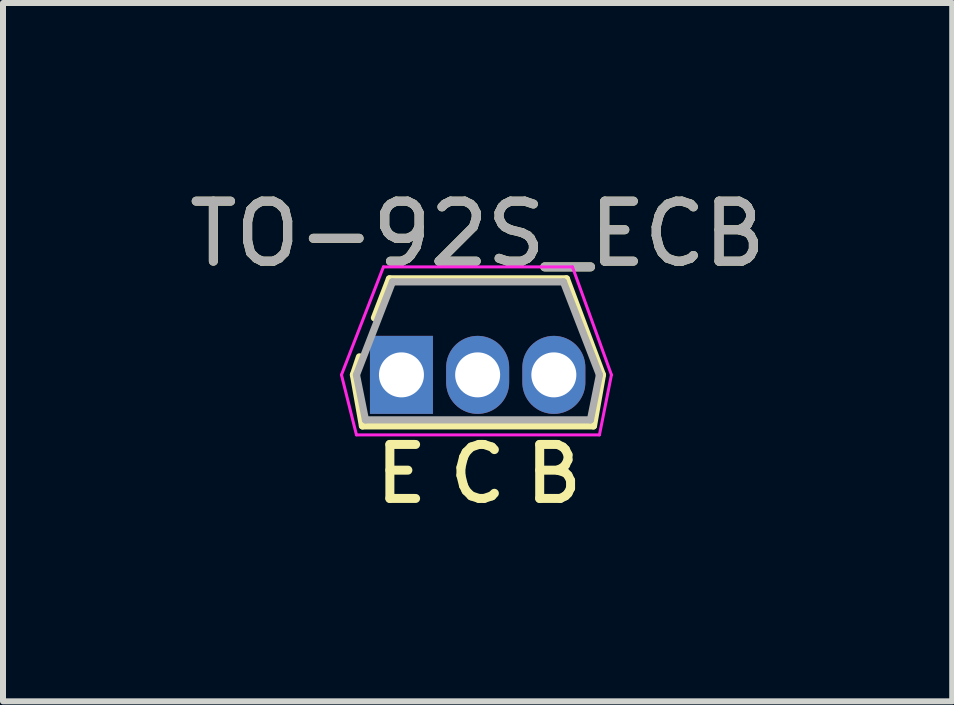
<source format=kicad_pcb>
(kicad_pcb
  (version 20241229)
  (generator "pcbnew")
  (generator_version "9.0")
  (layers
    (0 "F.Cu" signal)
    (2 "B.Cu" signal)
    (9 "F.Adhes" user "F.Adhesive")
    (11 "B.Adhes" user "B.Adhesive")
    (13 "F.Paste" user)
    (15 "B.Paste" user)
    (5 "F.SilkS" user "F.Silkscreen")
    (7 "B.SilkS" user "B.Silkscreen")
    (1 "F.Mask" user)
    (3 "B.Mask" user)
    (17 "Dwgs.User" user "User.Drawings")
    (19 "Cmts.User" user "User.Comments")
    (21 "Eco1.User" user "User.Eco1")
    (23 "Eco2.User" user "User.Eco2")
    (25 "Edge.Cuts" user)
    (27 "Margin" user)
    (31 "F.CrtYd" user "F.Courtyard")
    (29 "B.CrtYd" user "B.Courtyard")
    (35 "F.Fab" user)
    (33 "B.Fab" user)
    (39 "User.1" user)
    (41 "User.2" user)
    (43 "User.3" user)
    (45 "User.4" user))
  (footprint "TO-92S_ECB"
    (layer "F.Cu")
    (at 3.641 3.198)
    (property "Reference" "TO-92S_ECB" (at 1.27 -2.35 0) (layer "F.SilkS") (effects (font (size 1 1) (thickness 0.15))))
    (fp_line (start -0.8 0) (end -0.65 0.85) (stroke (width 0.12) (type solid)) (layer "F.SilkS"))
    (fp_line (start -0.7 -0.3) (end -0.8 0) (stroke (width 0.12) (type solid)) (layer "F.SilkS"))
    (fp_line (start -0.65 0.85) (end 3.2 0.85) (stroke (width 0.12) (type solid)) (layer "F.SilkS"))
    (fp_line (start -0.2 -1.6) (end -0.45 -0.95) (stroke (width 0.12) (type solid)) (layer "F.SilkS"))
    (fp_line (start 2.75 -1.6) (end -0.2 -1.6) (stroke (width 0.12) (type solid)) (layer "F.SilkS"))
    (fp_line (start 3.2 0.85) (end 3.35 0) (stroke (width 0.12) (type solid)) (layer "F.SilkS"))
    (fp_line (start 3.35 0) (end 2.75 -1.6) (stroke (width 0.12) (type solid)) (layer "F.SilkS"))
    (fp_line (start -1 0) (end -0.75 1) (stroke (width 0.05) (type solid)) (layer "F.CrtYd"))
    (fp_line (start -0.75 1) (end 3.3 1) (stroke (width 0.05) (type solid)) (layer "F.CrtYd"))
    (fp_line (start -0.3 -1.8) (end -1 0) (stroke (width 0.05) (type solid)) (layer "F.CrtYd"))
    (fp_line (start 2.85 -1.8) (end -0.3 -1.8) (stroke (width 0.05) (type solid)) (layer "F.CrtYd"))
    (fp_line (start 3.3 1) (end 3.5 0) (stroke (width 0.05) (type solid)) (layer "F.CrtYd"))
    (fp_line (start 3.5 0) (end 2.85 -1.8) (stroke (width 0.05) (type solid)) (layer "F.CrtYd"))
    (fp_line (start -0.75 0) (end -0.15 -1.55) (stroke (width 0.12) (type solid)) (layer "F.Fab"))
    (fp_line (start -0.6 0.75) (end -0.75 0) (stroke (width 0.12) (type solid)) (layer "F.Fab"))
    (fp_line (start -0.6 0.75) (end 3.15 0.75) (stroke (width 0.12) (type solid)) (layer "F.Fab"))
    (fp_line (start -0.15 -1.55) (end 2.7 -1.55) (stroke (width 0.12) (type solid)) (layer "F.Fab"))
    (fp_line (start 3.15 0.75) (end 3.3 0) (stroke (width 0.12) (type solid)) (layer "F.Fab"))
    (fp_line (start 3.3 0) (end 2.7 -1.55) (stroke (width 0.12) (type solid)) (layer "F.Fab"))
    (fp_text user "C" (at 1.27 1.651 0) (unlocked yes) (layer "F.SilkS") (effects (font (size 0.9 0.9) (thickness 0.15))))
    (fp_text user "E" (at 0 1.651 0) (unlocked yes) (layer "F.SilkS") (effects (font (size 0.9 0.9) (thickness 0.15))))
    (fp_text user "B" (at 2.54 1.651 0) (unlocked yes) (layer "F.SilkS") (effects (font (size 0.9 0.9) (thickness 0.15))))
    (fp_text user "${REFERENCE}" (at 1.27 -2.35 0) (layer "F.Fab") (effects (font (size 1 1) (thickness 0.15))))
    (pad "1" thru_hole rect (at 0 0 180) (size 1.05 1.3) (drill 0.75) (layers "*.Cu" "*.Mask"))
    (pad "2" thru_hole oval (at 1.27 0 180) (size 1.05 1.3) (drill 0.75) (layers "*.Cu" "*.Mask"))
    (pad "3" thru_hole oval (at 2.54 0 180) (size 1.05 1.3) (drill 0.75) (layers "*.Cu" "*.Mask")))
  (gr_rect
    (start -3 -3)
    (end 12.821 8.639)
    (stroke (width 0.1) (type default))
    (fill no)
    (layer "Edge.Cuts")))
</source>
